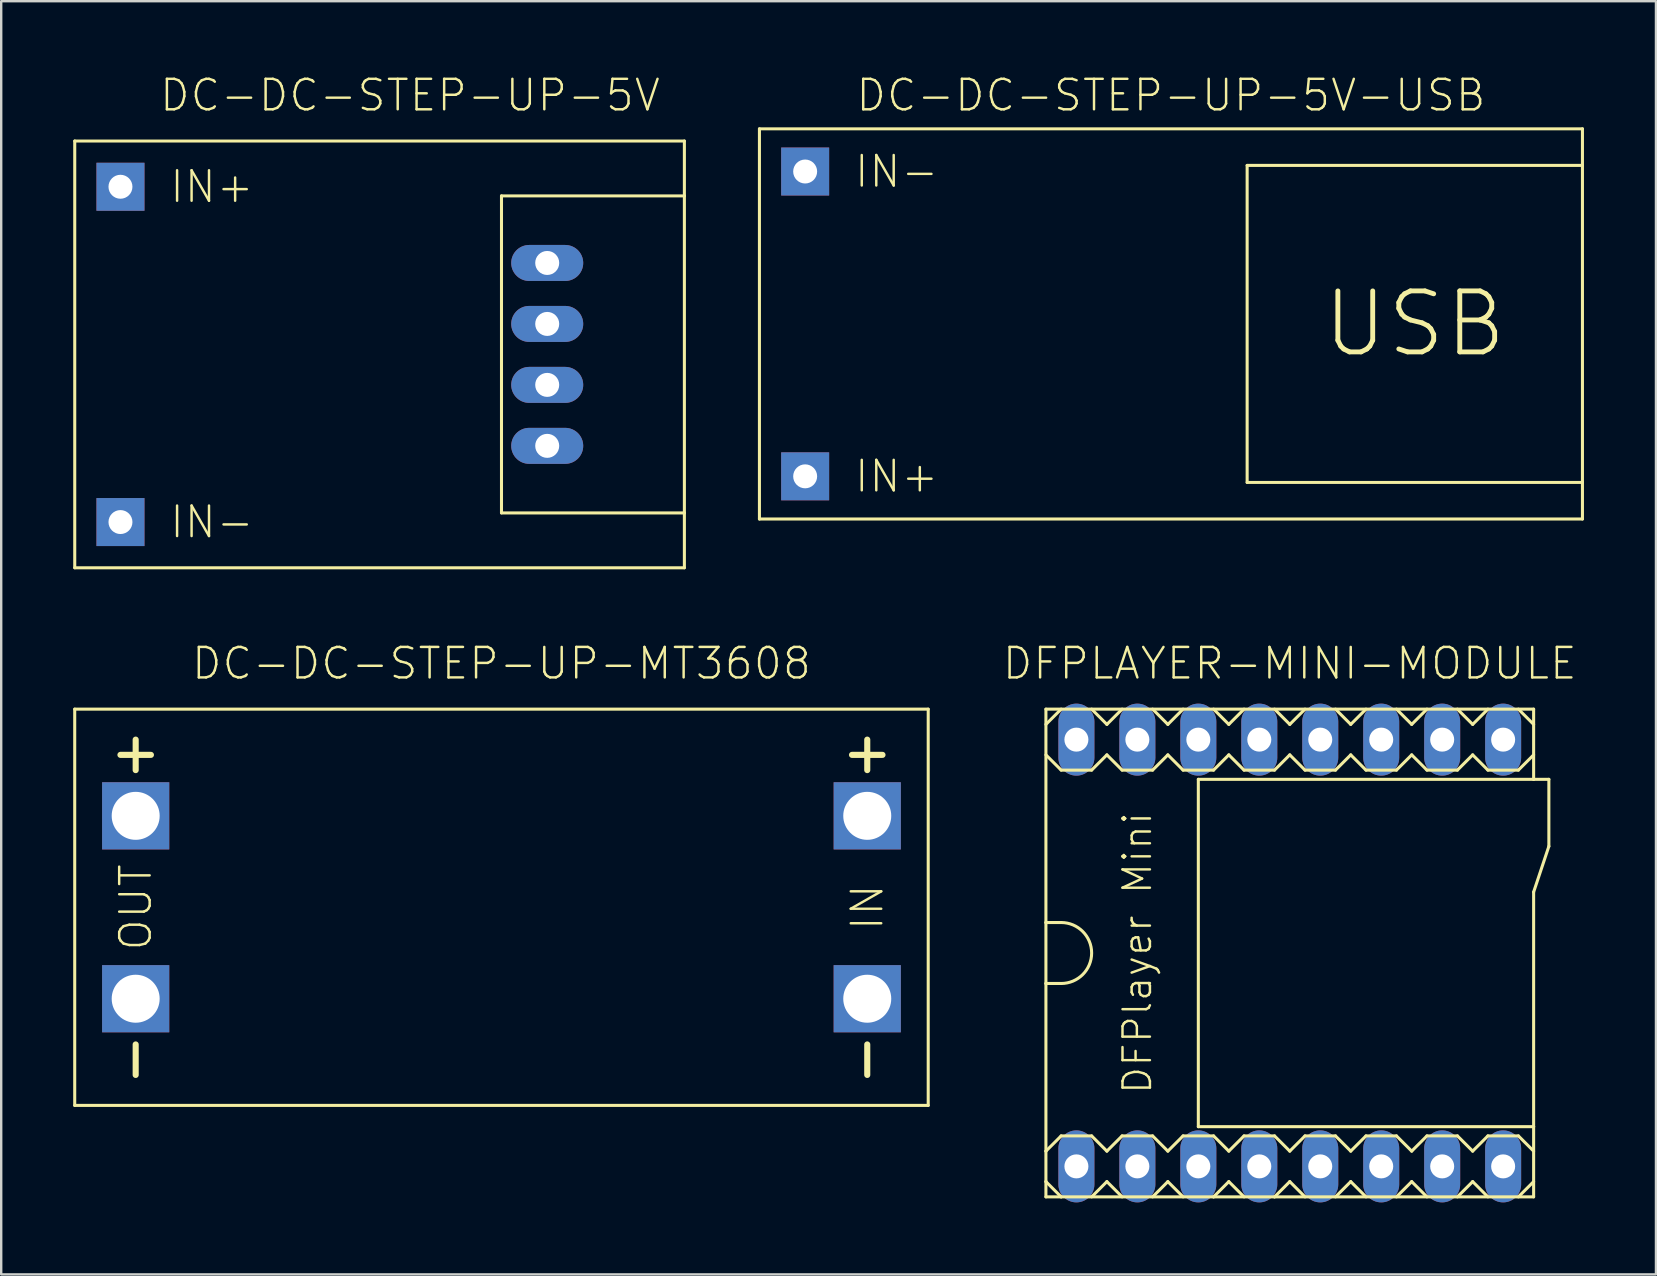
<source format=kicad_pcb>
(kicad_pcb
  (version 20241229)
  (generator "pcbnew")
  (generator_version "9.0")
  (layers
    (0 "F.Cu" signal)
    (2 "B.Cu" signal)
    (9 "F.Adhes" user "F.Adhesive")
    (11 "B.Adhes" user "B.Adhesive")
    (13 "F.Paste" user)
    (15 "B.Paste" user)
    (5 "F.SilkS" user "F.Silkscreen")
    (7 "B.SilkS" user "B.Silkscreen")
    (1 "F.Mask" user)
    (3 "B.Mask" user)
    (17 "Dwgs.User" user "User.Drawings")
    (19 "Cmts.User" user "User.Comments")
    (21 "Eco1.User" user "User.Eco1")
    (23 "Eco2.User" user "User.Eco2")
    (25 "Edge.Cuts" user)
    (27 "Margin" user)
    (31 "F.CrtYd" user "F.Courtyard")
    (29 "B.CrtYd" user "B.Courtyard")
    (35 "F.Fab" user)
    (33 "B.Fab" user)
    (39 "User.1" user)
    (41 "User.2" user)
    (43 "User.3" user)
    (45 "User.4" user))
  (footprint "DC-DC-STEP-UP-MT3608"
    (layer "F.Cu")
    (at 17.843 34.751)
    (property "Reference" "DC-DC-STEP-UP-MT3608" (at 0 -10.16 0) (layer "F.SilkS") (effects (font (size 1.27 1.27) (thickness 0.102))))
    (attr exclude_from_pos_files exclude_from_bom)
    (fp_line (start -17.78 -8.255) (end 17.78 -8.255) (stroke (width 0.127) (type solid)) (layer "F.SilkS"))
    (fp_line (start -17.78 8.255) (end -17.78 -8.255) (stroke (width 0.127) (type solid)) (layer "F.SilkS"))
    (fp_line (start -15.875 -6.35) (end -14.605 -6.35) (stroke (width 0.254) (type solid)) (layer "F.SilkS"))
    (fp_line (start -15.24 -5.715) (end -15.24 -6.985) (stroke (width 0.254) (type solid)) (layer "F.SilkS"))
    (fp_line (start -15.24 5.715) (end -15.24 6.985) (stroke (width 0.254) (type solid)) (layer "F.SilkS"))
    (fp_line (start 14.605 -6.35) (end 15.875 -6.35) (stroke (width 0.254) (type solid)) (layer "F.SilkS"))
    (fp_line (start 15.24 -5.715) (end 15.24 -6.985) (stroke (width 0.254) (type solid)) (layer "F.SilkS"))
    (fp_line (start 15.24 5.715) (end 15.24 6.985) (stroke (width 0.254) (type solid)) (layer "F.SilkS"))
    (fp_line (start 17.78 -8.255) (end 17.78 8.255) (stroke (width 0.127) (type solid)) (layer "F.SilkS"))
    (fp_line (start 17.78 8.255) (end -17.78 8.255) (stroke (width 0.127) (type solid)) (layer "F.SilkS"))
    (fp_text user "OUT" (at -15.24 0 90) (layer "F.SilkS") (effects (font (size 1.27 1.27) (thickness 0.102))))
    (fp_text user "IN" (at 15.24 0 90) (layer "F.SilkS") (effects (font (size 1.27 1.27) (thickness 0.102))))
    (pad "IN+" thru_hole rect (at 15.24 -3.81) (size 2.799 2.799) (drill 1.999) (layers "*.Cu" "*.Paste" "*.Mask"))
    (pad "IN-" thru_hole rect (at 15.24 3.81) (size 2.799 2.799) (drill 1.999) (layers "*.Cu" "*.Paste" "*.Mask"))
    (pad "OUT+" thru_hole rect (at -15.24 -3.81) (size 2.799 2.799) (drill 1.999) (layers "*.Cu" "*.Paste" "*.Mask"))
    (pad "OUT-" thru_hole rect (at -15.24 3.81) (size 2.799 2.799) (drill 1.999) (layers "*.Cu" "*.Paste" "*.Mask")))
  (footprint "DFPLAYER-MINI-MODULE"
    (layer "F.Cu")
    (at 50.687 36.656)
    (property "Reference" "DFPLAYER-MINI-MODULE" (at 0 -12.065 0) (layer "F.SilkS") (effects (font (size 1.27 1.27) (thickness 0.102))))
    (attr exclude_from_pos_files exclude_from_bom)
    (fp_line (start -10.16 -10.16) (end -10.16 -1.27) (stroke (width 0.127) (type solid)) (layer "F.SilkS"))
    (fp_line (start -10.16 -8.255) (end -9.525 -7.62) (stroke (width 0.127) (type solid)) (layer "F.SilkS"))
    (fp_line (start -10.16 -1.27) (end -10.16 1.27) (stroke (width 0.127) (type solid)) (layer "F.SilkS"))
    (fp_line (start -10.16 1.27) (end -10.16 8.255) (stroke (width 0.127) (type solid)) (layer "F.SilkS"))
    (fp_line (start -10.16 1.27) (end -9.525 1.27) (stroke (width 0.127) (type solid)) (layer "F.SilkS"))
    (fp_line (start -10.16 8.255) (end -10.16 9.525) (stroke (width 0.127) (type solid)) (layer "F.SilkS"))
    (fp_line (start -10.16 9.525) (end -10.16 10.16) (stroke (width 0.127) (type solid)) (layer "F.SilkS"))
    (fp_line (start -10.16 9.525) (end -9.525 10.16) (stroke (width 0.127) (type solid)) (layer "F.SilkS"))
    (fp_line (start -10.16 10.16) (end -9.525 10.16) (stroke (width 0.127) (type solid)) (layer "F.SilkS"))
    (fp_line (start -9.525 -10.16) (end -10.16 -9.525) (stroke (width 0.127) (type solid)) (layer "F.SilkS"))
    (fp_line (start -9.525 -7.62) (end -8.255 -7.62) (stroke (width 0.127) (type solid)) (layer "F.SilkS"))
    (fp_line (start -9.525 -1.27) (end -10.16 -1.27) (stroke (width 0.127) (type solid)) (layer "F.SilkS"))
    (fp_line (start -9.525 7.62) (end -10.16 8.255) (stroke (width 0.127) (type solid)) (layer "F.SilkS"))
    (fp_line (start -9.525 7.62) (end -8.255 7.62) (stroke (width 0.127) (type solid)) (layer "F.SilkS"))
    (fp_line (start -9.525 10.16) (end -3.175 10.16) (stroke (width 0.127) (type solid)) (layer "F.SilkS"))
    (fp_line (start -8.255 -7.62) (end -7.62 -8.255) (stroke (width 0.127) (type solid)) (layer "F.SilkS"))
    (fp_line (start -8.255 7.62) (end -7.62 8.255) (stroke (width 0.127) (type solid)) (layer "F.SilkS"))
    (fp_line (start -8.255 10.16) (end -7.62 9.525) (stroke (width 0.127) (type solid)) (layer "F.SilkS"))
    (fp_line (start -7.62 -9.525) (end -8.255 -10.16) (stroke (width 0.127) (type solid)) (layer "F.SilkS"))
    (fp_line (start -7.62 -8.255) (end -6.985 -7.62) (stroke (width 0.127) (type solid)) (layer "F.SilkS"))
    (fp_line (start -7.62 8.255) (end -6.985 7.62) (stroke (width 0.127) (type solid)) (layer "F.SilkS"))
    (fp_line (start -7.62 9.525) (end -6.985 10.16) (stroke (width 0.127) (type solid)) (layer "F.SilkS"))
    (fp_line (start -6.985 -10.16) (end -7.62 -9.525) (stroke (width 0.127) (type solid)) (layer "F.SilkS"))
    (fp_line (start -6.985 -7.62) (end -5.715 -7.62) (stroke (width 0.127) (type solid)) (layer "F.SilkS"))
    (fp_line (start -6.985 7.62) (end -5.715 7.62) (stroke (width 0.127) (type solid)) (layer "F.SilkS"))
    (fp_line (start -5.715 -7.62) (end -5.08 -8.255) (stroke (width 0.127) (type solid)) (layer "F.SilkS"))
    (fp_line (start -5.715 7.62) (end -5.08 8.255) (stroke (width 0.127) (type solid)) (layer "F.SilkS"))
    (fp_line (start -5.715 10.16) (end -5.08 9.525) (stroke (width 0.127) (type solid)) (layer "F.SilkS"))
    (fp_line (start -5.08 -9.525) (end -5.715 -10.16) (stroke (width 0.127) (type solid)) (layer "F.SilkS"))
    (fp_line (start -5.08 -8.255) (end -4.445 -7.62) (stroke (width 0.127) (type solid)) (layer "F.SilkS"))
    (fp_line (start -5.08 8.255) (end -4.445 7.62) (stroke (width 0.127) (type solid)) (layer "F.SilkS"))
    (fp_line (start -5.08 9.525) (end -4.445 10.16) (stroke (width 0.127) (type solid)) (layer "F.SilkS"))
    (fp_line (start -4.445 -10.16) (end -5.08 -9.525) (stroke (width 0.127) (type solid)) (layer "F.SilkS"))
    (fp_line (start -4.445 -7.62) (end -3.175 -7.62) (stroke (width 0.127) (type solid)) (layer "F.SilkS"))
    (fp_line (start -4.445 7.62) (end -3.175 7.62) (stroke (width 0.127) (type solid)) (layer "F.SilkS"))
    (fp_line (start -3.81 -7.236) (end -3.81 7.236) (stroke (width 0.127) (type solid)) (layer "F.SilkS"))
    (fp_line (start -3.81 7.236) (end 10.16 7.236) (stroke (width 0.127) (type solid)) (layer "F.SilkS"))
    (fp_line (start -3.175 -7.62) (end -2.54 -8.255) (stroke (width 0.127) (type solid)) (layer "F.SilkS"))
    (fp_line (start -3.175 7.62) (end -2.54 8.255) (stroke (width 0.127) (type solid)) (layer "F.SilkS"))
    (fp_line (start -3.175 10.16) (end -0.635 10.16) (stroke (width 0.127) (type solid)) (layer "F.SilkS"))
    (fp_line (start -2.54 -9.525) (end -3.175 -10.16) (stroke (width 0.127) (type solid)) (layer "F.SilkS"))
    (fp_line (start -2.54 -8.255) (end -1.905 -7.62) (stroke (width 0.127) (type solid)) (layer "F.SilkS"))
    (fp_line (start -2.54 8.255) (end -1.905 7.62) (stroke (width 0.127) (type solid)) (layer "F.SilkS"))
    (fp_line (start -2.54 9.525) (end -3.175 10.16) (stroke (width 0.127) (type solid)) (layer "F.SilkS"))
    (fp_line (start -2.54 9.525) (end -1.905 10.16) (stroke (width 0.127) (type solid)) (layer "F.SilkS"))
    (fp_line (start -1.905 -10.16) (end -2.54 -9.525) (stroke (width 0.127) (type solid)) (layer "F.SilkS"))
    (fp_line (start -1.905 -7.62) (end -0.635 -7.62) (stroke (width 0.127) (type solid)) (layer "F.SilkS"))
    (fp_line (start -1.905 7.62) (end -0.635 7.62) (stroke (width 0.127) (type solid)) (layer "F.SilkS"))
    (fp_line (start -0.635 -7.62) (end 0 -8.255) (stroke (width 0.127) (type solid)) (layer "F.SilkS"))
    (fp_line (start -0.635 7.62) (end 0 8.255) (stroke (width 0.127) (type solid)) (layer "F.SilkS"))
    (fp_line (start -0.635 10.16) (end 10.16 10.16) (stroke (width 0.127) (type solid)) (layer "F.SilkS"))
    (fp_line (start 0 -9.525) (end -0.635 -10.16) (stroke (width 0.127) (type solid)) (layer "F.SilkS"))
    (fp_line (start 0 -8.255) (end 0.635 -7.62) (stroke (width 0.127) (type solid)) (layer "F.SilkS"))
    (fp_line (start 0 8.255) (end 0.635 7.62) (stroke (width 0.127) (type solid)) (layer "F.SilkS"))
    (fp_line (start 0 9.525) (end -0.635 10.16) (stroke (width 0.127) (type solid)) (layer "F.SilkS"))
    (fp_line (start 0 9.525) (end 0.635 10.16) (stroke (width 0.127) (type solid)) (layer "F.SilkS"))
    (fp_line (start 0.635 -10.16) (end 0 -9.525) (stroke (width 0.127) (type solid)) (layer "F.SilkS"))
    (fp_line (start 0.635 -7.62) (end 1.905 -7.62) (stroke (width 0.127) (type solid)) (layer "F.SilkS"))
    (fp_line (start 0.635 7.62) (end 1.905 7.62) (stroke (width 0.127) (type solid)) (layer "F.SilkS"))
    (fp_line (start 1.905 -7.62) (end 2.54 -8.255) (stroke (width 0.127) (type solid)) (layer "F.SilkS"))
    (fp_line (start 1.905 7.62) (end 2.54 8.255) (stroke (width 0.127) (type solid)) (layer "F.SilkS"))
    (fp_line (start 1.905 10.16) (end 2.54 9.525) (stroke (width 0.127) (type solid)) (layer "F.SilkS"))
    (fp_line (start 2.54 -9.525) (end 1.905 -10.16) (stroke (width 0.127) (type solid)) (layer "F.SilkS"))
    (fp_line (start 2.54 -8.255) (end 3.175 -7.62) (stroke (width 0.127) (type solid)) (layer "F.SilkS"))
    (fp_line (start 2.54 8.255) (end 3.175 7.62) (stroke (width 0.127) (type solid)) (layer "F.SilkS"))
    (fp_line (start 2.54 9.525) (end 3.175 10.16) (stroke (width 0.127) (type solid)) (layer "F.SilkS"))
    (fp_line (start 3.175 -10.16) (end 2.54 -9.525) (stroke (width 0.127) (type solid)) (layer "F.SilkS"))
    (fp_line (start 3.175 -7.62) (end 4.445 -7.62) (stroke (width 0.127) (type solid)) (layer "F.SilkS"))
    (fp_line (start 3.175 7.62) (end 4.445 7.62) (stroke (width 0.127) (type solid)) (layer "F.SilkS"))
    (fp_line (start 4.445 -7.62) (end 5.08 -8.255) (stroke (width 0.127) (type solid)) (layer "F.SilkS"))
    (fp_line (start 4.445 7.62) (end 5.08 8.255) (stroke (width 0.127) (type solid)) (layer "F.SilkS"))
    (fp_line (start 4.445 10.16) (end 5.08 9.525) (stroke (width 0.127) (type solid)) (layer "F.SilkS"))
    (fp_line (start 5.08 -9.525) (end 4.445 -10.16) (stroke (width 0.127) (type solid)) (layer "F.SilkS"))
    (fp_line (start 5.08 -8.255) (end 5.715 -7.62) (stroke (width 0.127) (type solid)) (layer "F.SilkS"))
    (fp_line (start 5.08 8.255) (end 5.715 7.62) (stroke (width 0.127) (type solid)) (layer "F.SilkS"))
    (fp_line (start 5.08 9.525) (end 5.715 10.16) (stroke (width 0.127) (type solid)) (layer "F.SilkS"))
    (fp_line (start 5.715 -10.16) (end 5.08 -9.525) (stroke (width 0.127) (type solid)) (layer "F.SilkS"))
    (fp_line (start 5.715 -7.62) (end 6.985 -7.62) (stroke (width 0.127) (type solid)) (layer "F.SilkS"))
    (fp_line (start 5.715 7.62) (end 6.985 7.62) (stroke (width 0.127) (type solid)) (layer "F.SilkS"))
    (fp_line (start 6.985 -7.62) (end 7.62 -8.255) (stroke (width 0.127) (type solid)) (layer "F.SilkS"))
    (fp_line (start 6.985 7.62) (end 7.62 8.255) (stroke (width 0.127) (type solid)) (layer "F.SilkS"))
    (fp_line (start 6.985 10.16) (end 7.62 9.525) (stroke (width 0.127) (type solid)) (layer "F.SilkS"))
    (fp_line (start 7.62 -9.525) (end 6.985 -10.16) (stroke (width 0.127) (type solid)) (layer "F.SilkS"))
    (fp_line (start 7.62 -8.255) (end 8.255 -7.62) (stroke (width 0.127) (type solid)) (layer "F.SilkS"))
    (fp_line (start 7.62 8.255) (end 8.255 7.62) (stroke (width 0.127) (type solid)) (layer "F.SilkS"))
    (fp_line (start 7.62 9.525) (end 8.255 10.16) (stroke (width 0.127) (type solid)) (layer "F.SilkS"))
    (fp_line (start 8.255 -10.16) (end 7.62 -9.525) (stroke (width 0.127) (type solid)) (layer "F.SilkS"))
    (fp_line (start 8.255 -7.62) (end 9.525 -7.62) (stroke (width 0.127) (type solid)) (layer "F.SilkS"))
    (fp_line (start 8.255 7.62) (end 9.525 7.62) (stroke (width 0.127) (type solid)) (layer "F.SilkS"))
    (fp_line (start 9.525 -7.62) (end 10.16 -8.255) (stroke (width 0.127) (type solid)) (layer "F.SilkS"))
    (fp_line (start 9.525 7.62) (end 10.16 8.255) (stroke (width 0.127) (type solid)) (layer "F.SilkS"))
    (fp_line (start 9.525 10.16) (end 10.16 9.525) (stroke (width 0.127) (type solid)) (layer "F.SilkS"))
    (fp_line (start 10.16 -10.16) (end -10.16 -10.16) (stroke (width 0.127) (type solid)) (layer "F.SilkS"))
    (fp_line (start 10.16 -9.525) (end 9.525 -10.16) (stroke (width 0.127) (type solid)) (layer "F.SilkS"))
    (fp_line (start 10.16 -7.236) (end -3.81 -7.236) (stroke (width 0.127) (type solid)) (layer "F.SilkS"))
    (fp_line (start 10.16 -7.236) (end 10.16 -10.16) (stroke (width 0.127) (type solid)) (layer "F.SilkS"))
    (fp_line (start 10.16 -2.54) (end 10.795 -4.445) (stroke (width 0.127) (type solid)) (layer "F.SilkS"))
    (fp_line (start 10.16 7.236) (end 10.16 -2.54) (stroke (width 0.127) (type solid)) (layer "F.SilkS"))
    (fp_line (start 10.16 10.16) (end 10.16 7.236) (stroke (width 0.127) (type solid)) (layer "F.SilkS"))
    (fp_line (start 10.795 -7.236) (end 10.16 -7.236) (stroke (width 0.127) (type solid)) (layer "F.SilkS"))
    (fp_line (start 10.795 -4.445) (end 10.795 -7.236) (stroke (width 0.127) (type solid)) (layer "F.SilkS"))
    (fp_arc (start -9.525 -1.27) (mid -8.255 0) (end -9.525 1.27) (stroke (width 0.127) (type solid)) (layer "F.SilkS"))
    (fp_text user "DFPlayer Mini" (at -6.35 0 90) (layer "F.SilkS") (effects (font (size 1.143 1.143) (thickness 0.102))))
    (pad "1" thru_hole oval (at -8.89 8.89) (size 1.5 3) (drill 1) (layers "*.Cu" "*.Mask"))
    (pad "2" thru_hole oval (at -6.35 8.89) (size 1.5 3) (drill 1) (layers "*.Cu" "*.Mask"))
    (pad "3" thru_hole oval (at -3.81 8.89) (size 1.5 3) (drill 1) (layers "*.Cu" "*.Mask"))
    (pad "4" thru_hole oval (at -1.27 8.89) (size 1.5 3) (drill 1) (layers "*.Cu" "*.Mask"))
    (pad "5" thru_hole oval (at 1.27 8.89) (size 1.5 3) (drill 1) (layers "*.Cu" "*.Mask"))
    (pad "6" thru_hole oval (at 3.81 8.89) (size 1.5 3) (drill 1) (layers "*.Cu" "*.Mask"))
    (pad "7" thru_hole oval (at 6.35 8.89) (size 1.5 3) (drill 1) (layers "*.Cu" "*.Mask"))
    (pad "8" thru_hole oval (at 8.89 8.89) (size 1.5 3) (drill 1) (layers "*.Cu" "*.Mask"))
    (pad "9" thru_hole oval (at 8.89 -8.89) (size 1.5 3) (drill 1) (layers "*.Cu" "*.Mask"))
    (pad "10" thru_hole oval (at 6.35 -8.89) (size 1.5 3) (drill 1) (layers "*.Cu" "*.Mask"))
    (pad "11" thru_hole oval (at 3.81 -8.89) (size 1.5 3) (drill 1) (layers "*.Cu" "*.Mask"))
    (pad "12" thru_hole oval (at 1.27 -8.89) (size 1.5 3) (drill 1) (layers "*.Cu" "*.Mask"))
    (pad "13" thru_hole oval (at -1.27 -8.89) (size 1.5 3) (drill 1) (layers "*.Cu" "*.Mask"))
    (pad "14" thru_hole oval (at -3.81 -8.89) (size 1.5 3) (drill 1) (layers "*.Cu" "*.Mask"))
    (pad "15" thru_hole oval (at -6.35 -8.89) (size 1.5 3) (drill 1) (layers "*.Cu" "*.Mask"))
    (pad "16" thru_hole oval (at -8.89 -8.89) (size 1.5 3) (drill 1) (layers "*.Cu" "*.Mask")))
  (footprint "DC-DC-STEP-UP-5V-USB"
    (layer "F.Cu")
    (at 45.736 10.446)
    (property "Reference" "DC-DC-STEP-UP-5V-USB" (at 0 -9.525 0) (layer "F.SilkS") (effects (font (size 1.27 1.27) (thickness 0.102))))
    (attr exclude_from_pos_files exclude_from_bom)
    (fp_line (start -17.145 -8.128) (end 17.145 -8.128) (stroke (width 0.127) (type solid)) (layer "F.SilkS"))
    (fp_line (start -17.145 8.128) (end -17.145 -8.128) (stroke (width 0.127) (type solid)) (layer "F.SilkS"))
    (fp_line (start 3.175 -6.604) (end 3.175 6.604) (stroke (width 0.127) (type solid)) (layer "F.SilkS"))
    (fp_line (start 3.175 6.604) (end 17.145 6.604) (stroke (width 0.127) (type solid)) (layer "F.SilkS"))
    (fp_line (start 17.145 -8.128) (end 17.145 -6.604) (stroke (width 0.127) (type solid)) (layer "F.SilkS"))
    (fp_line (start 17.145 -6.604) (end 3.175 -6.604) (stroke (width 0.127) (type solid)) (layer "F.SilkS"))
    (fp_line (start 17.145 -6.604) (end 17.145 6.604) (stroke (width 0.127) (type solid)) (layer "F.SilkS"))
    (fp_line (start 17.145 6.604) (end 17.145 8.128) (stroke (width 0.127) (type solid)) (layer "F.SilkS"))
    (fp_line (start 17.145 8.128) (end -17.145 8.128) (stroke (width 0.127) (type solid)) (layer "F.SilkS"))
    (fp_text user "USB" (at 10.16 0 0) (layer "F.SilkS") (effects (font (size 2.54 2.54) (thickness 0.203))))
    (fp_text user "IN+" (at -11.43 6.35 0) (layer "F.SilkS") (effects (font (size 1.27 1.27) (thickness 0.102))))
    (fp_text user "IN-" (at -11.43 -6.35 0) (layer "F.SilkS") (effects (font (size 1.27 1.27) (thickness 0.102))))
    (pad "IN+" thru_hole rect (at -15.24 6.35) (size 1.999 1.999) (drill 0.998) (layers "*.Cu" "*.Paste" "*.Mask"))
    (pad "IN-" thru_hole rect (at -15.24 -6.35) (size 1.999 1.999) (drill 0.998) (layers "*.Cu" "*.Paste" "*.Mask")))
  (footprint "DC-DC-STEP-UP-5V"
    (layer "F.Cu")
    (at 12.764 11.716)
    (property "Reference" "DC-DC-STEP-UP-5V" (at 1.27 -10.795 0) (layer "F.SilkS") (effects (font (size 1.27 1.27) (thickness 0.102))))
    (attr exclude_from_pos_files exclude_from_bom)
    (fp_line (start -12.7 -8.89) (end 12.7 -8.89) (stroke (width 0.127) (type solid)) (layer "F.SilkS"))
    (fp_line (start -12.7 8.89) (end -12.7 -8.89) (stroke (width 0.127) (type solid)) (layer "F.SilkS"))
    (fp_line (start 5.08 -6.604) (end 5.08 6.604) (stroke (width 0.127) (type solid)) (layer "F.SilkS"))
    (fp_line (start 5.08 6.604) (end 12.7 6.604) (stroke (width 0.127) (type solid)) (layer "F.SilkS"))
    (fp_line (start 12.7 -8.89) (end 12.7 -6.604) (stroke (width 0.127) (type solid)) (layer "F.SilkS"))
    (fp_line (start 12.7 -6.604) (end 5.08 -6.604) (stroke (width 0.127) (type solid)) (layer "F.SilkS"))
    (fp_line (start 12.7 -6.604) (end 12.7 6.604) (stroke (width 0.127) (type solid)) (layer "F.SilkS"))
    (fp_line (start 12.7 6.604) (end 12.7 8.89) (stroke (width 0.127) (type solid)) (layer "F.SilkS"))
    (fp_line (start 12.7 8.89) (end -12.7 8.89) (stroke (width 0.127) (type solid)) (layer "F.SilkS"))
    (fp_text user "IN-" (at -6.985 6.985 0) (layer "F.SilkS") (effects (font (size 1.27 1.27) (thickness 0.102))))
    (fp_text user "IN+" (at -6.985 -6.985 0) (layer "F.SilkS") (effects (font (size 1.27 1.27) (thickness 0.102))))
    (pad "5V" thru_hole oval (at 6.985 3.81) (size 3 1.5) (drill 1) (layers "*.Cu" "*.Paste" "*.Mask"))
    (pad "D+" thru_hole oval (at 6.985 -1.27) (size 3 1.5) (drill 1) (layers "*.Cu" "*.Paste" "*.Mask"))
    (pad "D-" thru_hole oval (at 6.985 1.27) (size 3 1.5) (drill 1) (layers "*.Cu" "*.Paste" "*.Mask"))
    (pad "GND" thru_hole oval (at 6.985 -3.81) (size 3 1.5) (drill 1) (layers "*.Cu" "*.Paste" "*.Mask"))
    (pad "IN+" thru_hole rect (at -10.795 -6.985) (size 2 2) (drill 0.998) (layers "*.Cu" "*.Paste" "*.Mask"))
    (pad "IN-" thru_hole rect (at -10.795 6.985) (size 2 2) (drill 0.998) (layers "*.Cu" "*.Paste" "*.Mask")))
  (gr_rect
    (start -3 -3)
    (end 65.944 50.046)
    (stroke (width 0.1) (type default))
    (fill no)
    (layer "Edge.Cuts")))
</source>
